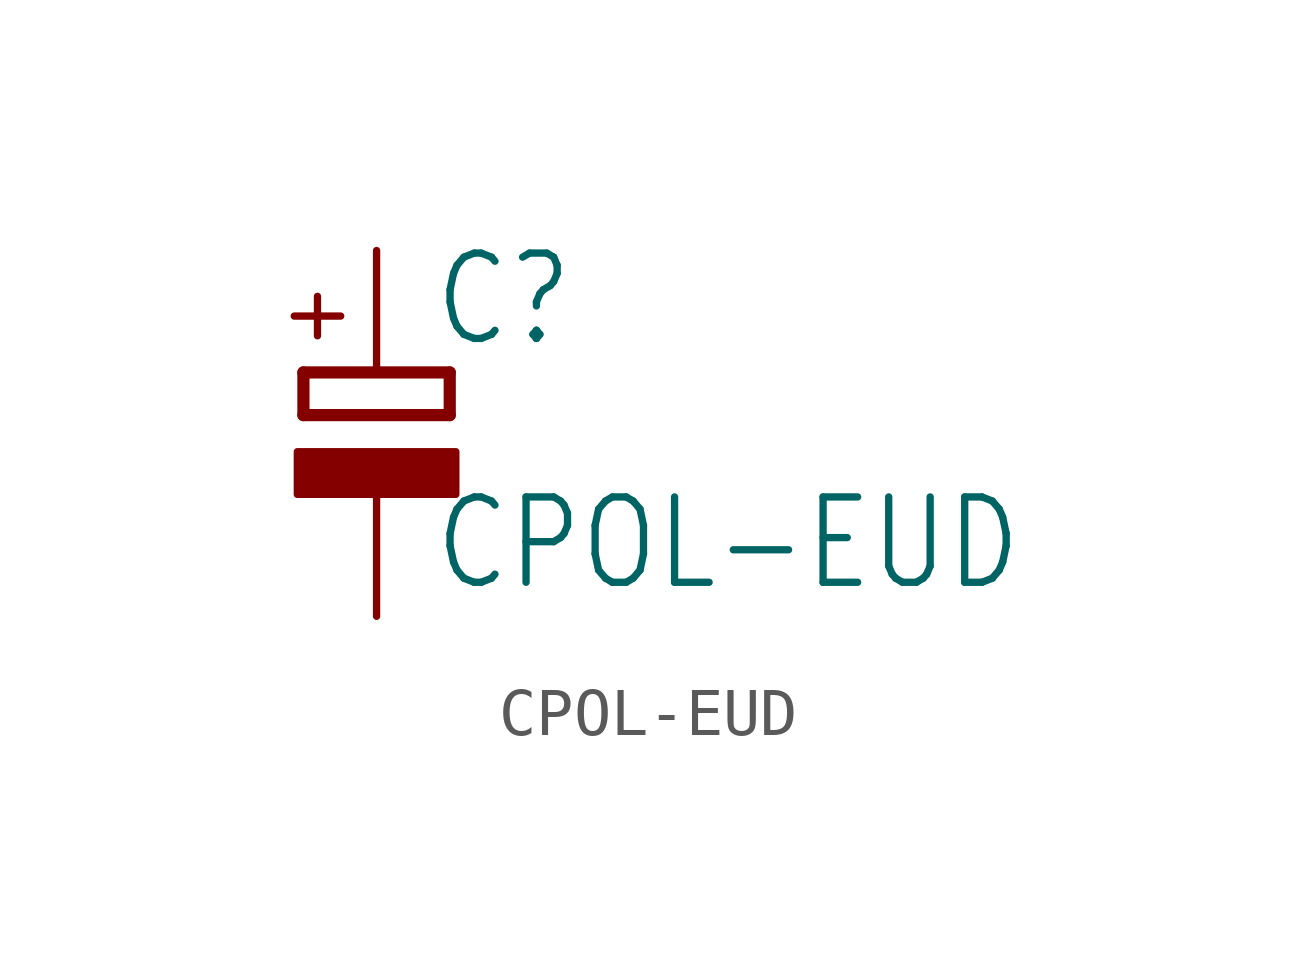
<source format=kicad_sym>
(kicad_symbol_lib
  (version 20220331)
  (generator kicad_symbol_editor)
  (symbol "CPOL-EUD"
    (property "Reference" "C"
      (at 1.143 0.483 0)
      (effects (font (size 1.778 1.511)) (justify left bottom)))
    (property "Value" "CPOL-EUD"
      (at 1.143 -4.597 0)
      (effects (font (size 1.778 1.511)) (justify left bottom)))
    (property "ki_locked" ""
      (at 0 0 0)
      (effects (font (size 1.27 1.27))))
    (symbol "CPOL-EUD_1_0"
      (rectangle (start -1.651 -2.54) (end 1.651 -1.651) (stroke (width 0) (type default)) (fill (type outline)))
      (polyline (pts (xy -1.524 -0.889) (xy 1.524 -0.889)) (stroke (width 0.254) (type solid)) (fill (type none)))
      (polyline (pts (xy -1.524 0) (xy -1.524 -0.889)) (stroke (width 0.254) (type solid)) (fill (type none)))
      (polyline (pts (xy -1.524 0) (xy 1.524 0)) (stroke (width 0.254) (type solid)) (fill (type none)))
      (polyline (pts (xy 1.524 -0.889) (xy 1.524 0)) (stroke (width 0.254) (type solid)) (fill (type none)))
      (text "+" (at -0.584 0.406 900) (effects (font (size 1.27 1.079)) (justify left bottom)))
      (pin passive line (at 0 2.54 270) (length 2.54) (name "+" (effects (font (size 0 0)))) (number "+" (effects (font (size 0 0)))))
      (pin passive line (at 0 -5.08 90) (length 2.54) (name "-" (effects (font (size 0 0)))) (number "-" (effects (font (size 0 0))))))))
</source>
